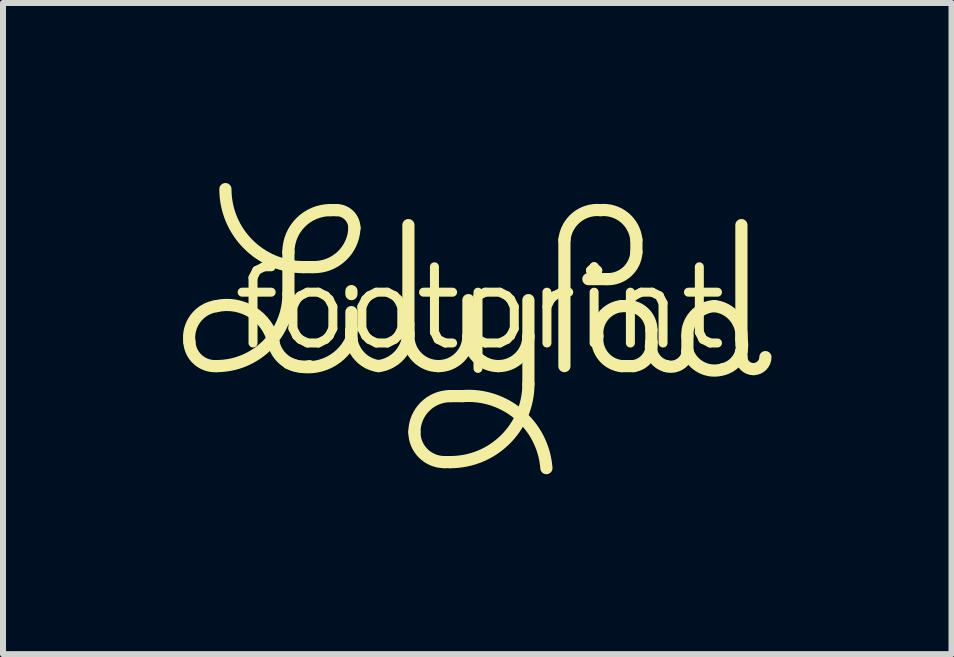
<source format=kicad_pcb>
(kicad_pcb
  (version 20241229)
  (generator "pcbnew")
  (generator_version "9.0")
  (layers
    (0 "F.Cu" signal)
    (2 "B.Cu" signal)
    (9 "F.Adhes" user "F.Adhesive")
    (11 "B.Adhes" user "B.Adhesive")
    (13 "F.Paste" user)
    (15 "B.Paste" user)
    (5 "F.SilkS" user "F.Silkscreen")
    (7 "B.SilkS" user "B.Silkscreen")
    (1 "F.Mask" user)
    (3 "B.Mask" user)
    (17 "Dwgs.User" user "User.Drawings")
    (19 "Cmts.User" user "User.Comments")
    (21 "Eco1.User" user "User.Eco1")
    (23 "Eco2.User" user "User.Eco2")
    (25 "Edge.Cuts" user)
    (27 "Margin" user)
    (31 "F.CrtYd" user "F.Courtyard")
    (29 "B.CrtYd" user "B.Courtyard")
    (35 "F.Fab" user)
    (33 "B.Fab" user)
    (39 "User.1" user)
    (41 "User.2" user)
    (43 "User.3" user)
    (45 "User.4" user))
  (footprint "footprint"
    (layer "F.Cu")
    (at 4.947 2.087)
    (property "Reference" "footprint" (at 0 0 0) (layer "F.SilkS") (effects (font (size 1.27 1.27) (thickness 0.15))))
    (fp_line (start -3.19 -0.235) (end -3.19 -0.935) (stroke (width 0.203) (type solid)) (layer "F.SilkS"))
    (fp_line (start -2.94 -0.685) (end -2.79 -0.685) (stroke (width 0.203) (type solid)) (layer "F.SilkS"))
    (fp_line (start -2.49 -1.635) (end -2.39 -1.635) (stroke (width 0.203) (type solid)) (layer "F.SilkS"))
    (fp_line (start -2.14 -0.235) (end -2.14 -0.285) (stroke (width 0.203) (type solid)) (layer "F.SilkS"))
    (fp_line (start -2.14 0.365) (end -2.14 0.065) (stroke (width 0.203) (type solid)) (layer "F.SilkS"))
    (fp_line (start -2.14 0.365) (end -2.14 0.515) (stroke (width 0.203) (type solid)) (layer "F.SilkS"))
    (fp_line (start -1.19 0.265) (end -1.19 -1.385) (stroke (width 0.203) (type solid)) (layer "F.SilkS"))
    (fp_line (start -1.19 0.465) (end -1.19 0.415) (stroke (width 0.203) (type solid)) (layer "F.SilkS"))
    (fp_line (start -0.59 2.565) (end -0.49 2.565) (stroke (width 0.203) (type solid)) (layer "F.SilkS"))
    (fp_line (start -0.49 1.465) (end -0.29 1.465) (stroke (width 0.203) (type solid)) (layer "F.SilkS"))
    (fp_line (start -0.19 0.465) (end -0.19 -0.135) (stroke (width 0.203) (type solid)) (layer "F.SilkS"))
    (fp_line (start 0.81 0.465) (end 0.81 -0.135) (stroke (width 0.203) (type solid)) (layer "F.SilkS"))
    (fp_line (start 0.81 1.265) (end 0.81 0.465) (stroke (width 0.203) (type solid)) (layer "F.SilkS"))
    (fp_line (start 1.41 0.965) (end 1.41 -1.135) (stroke (width 0.203) (type solid)) (layer "F.SilkS"))
    (fp_line (start 2.11 -0.485) (end 1.81 -0.485) (stroke (width 0.203) (type solid)) (layer "F.SilkS"))
    (fp_line (start 2.36 -0.035) (end 2.46 -0.035) (stroke (width 0.203) (type solid)) (layer "F.SilkS"))
    (fp_line (start 2.56 0.965) (end 2.36 0.965) (stroke (width 0.203) (type solid)) (layer "F.SilkS"))
    (fp_line (start 2.61 -1.135) (end 2.61 -0.935) (stroke (width 0.203) (type solid)) (layer "F.SilkS"))
    (fp_line (start 2.86 0.365) (end 2.86 0.565) (stroke (width 0.203) (type solid)) (layer "F.SilkS"))
    (fp_line (start 3.46 0.715) (end 3.46 0.465) (stroke (width 0.203) (type solid)) (layer "F.SilkS"))
    (fp_line (start 3.46 0.765) (end 3.46 0.715) (stroke (width 0.203) (type solid)) (layer "F.SilkS"))
    (fp_line (start 4.36 0.615) (end 4.36 -1.385) (stroke (width 0.203) (type solid)) (layer "F.SilkS"))
    (fp_line (start 4.36 0.715) (end 4.36 0.815) (stroke (width 0.203) (type solid)) (layer "F.SilkS"))
    (fp_arc (start -4.84 0.565) (mid -4.739264 0.171802) (end -4.39 -0.035) (stroke (width 0.2032) (type solid)) (layer "F.SilkS"))
    (fp_arc (start -4.39 -0.035) (mid -3.790736 0.068249) (end -3.44 0.565) (stroke (width 0.2032) (type solid)) (layer "F.SilkS"))
    (fp_arc (start -4.39 0.965) (mid -4.697843 0.858198) (end -4.84 0.565) (stroke (width 0.2032) (type solid)) (layer "F.SilkS"))
    (fp_arc (start -3.19 -0.935) (mid -2.984975 -1.429975) (end -2.49 -1.635) (stroke (width 0.2032) (type solid)) (layer "F.SilkS"))
    (fp_arc (start -3.19 -0.235) (mid -3.541472 0.613528) (end -4.39 0.965) (stroke (width 0.2032) (type solid)) (layer "F.SilkS"))
    (fp_arc (start -2.94 -0.685) (mid -3.859239 -1.065761) (end -4.24 -1.985) (stroke (width 0.2032) (type solid)) (layer "F.SilkS"))
    (fp_arc (start -2.839999 0.964999) (mid -3.222842 0.889264) (end -3.44 0.565) (stroke (width 0.2032) (type solid)) (layer "F.SilkS"))
    (fp_arc (start -2.39 -1.635) (mid -2.177868 -1.547132) (end -2.09 -1.335) (stroke (width 0.2032) (type solid)) (layer "F.SilkS"))
    (fp_arc (start -2.14 0.515) (mid -2.582158 0.932462) (end -3.190001 0.914999) (stroke (width 0.2032) (type solid)) (layer "F.SilkS"))
    (fp_arc (start -2.09 -1.335) (mid -2.305381 -0.865025) (end -2.79 -0.685) (stroke (width 0.2032) (type solid)) (layer "F.SilkS"))
    (fp_arc (start -1.69 0.965) (mid -2.039264 0.758198) (end -2.14 0.365) (stroke (width 0.2032) (type solid)) (layer "F.SilkS"))
    (fp_arc (start -1.19 0.265) (mid -1.187119 0.34) (end -1.19 0.415) (stroke (width 0.2032) (type solid)) (layer "F.SilkS"))
    (fp_arc (start -1.19 0.415) (mid -1.338239 0.78251) (end -1.690001 0.965) (stroke (width 0.2032) (type solid)) (layer "F.SilkS"))
    (fp_arc (start -1.09 2.065) (mid -0.914264 1.640735) (end -0.489999 1.464999) (stroke (width 0.2032) (type solid)) (layer "F.SilkS"))
    (fp_arc (start -0.69 0.965) (mid -1.043553 0.818553) (end -1.19 0.465) (stroke (width 0.2032) (type solid)) (layer "F.SilkS"))
    (fp_arc (start -0.59 2.565) (mid -0.943553 2.418553) (end -1.09 2.065) (stroke (width 0.2032) (type solid)) (layer "F.SilkS"))
    (fp_arc (start -0.29 1.465) (mid 0.658528 1.775051) (end 1.11 2.665) (stroke (width 0.2032) (type solid)) (layer "F.SilkS"))
    (fp_arc (start -0.19 0.465) (mid -0.336447 0.818553) (end -0.69 0.965) (stroke (width 0.2032) (type solid)) (layer "F.SilkS"))
    (fp_arc (start 0.31 0.965) (mid -0.043553 0.818553) (end -0.19 0.465) (stroke (width 0.2032) (type solid)) (layer "F.SilkS"))
    (fp_arc (start 0.81 0.465) (mid 0.663553 0.818553) (end 0.31 0.965) (stroke (width 0.2032) (type solid)) (layer "F.SilkS"))
    (fp_arc (start 0.81 1.265) (mid 0.429239 2.184239) (end -0.49 2.565) (stroke (width 0.2032) (type solid)) (layer "F.SilkS"))
    (fp_arc (start 1.41 -1.135) (mid 1.606447 -1.509264) (end 2.01 -1.635) (stroke (width 0.2032) (type solid)) (layer "F.SilkS"))
    (fp_arc (start 1.96 0.465) (mid 2.056447 0.132157) (end 2.36 -0.035) (stroke (width 0.2032) (type solid)) (layer "F.SilkS"))
    (fp_arc (start 2.01 -1.635) (mid 2.413529 -1.509234) (end 2.609999 -1.134999) (stroke (width 0.2032) (type solid)) (layer "F.SilkS"))
    (fp_arc (start 2.36 0.965) (mid 2.056446 0.797842) (end 1.959999 0.464999) (stroke (width 0.2032) (type solid)) (layer "F.SilkS"))
    (fp_arc (start 2.46 -0.035) (mid 2.742843 0.082157) (end 2.86 0.365) (stroke (width 0.2032) (type solid)) (layer "F.SilkS"))
    (fp_arc (start 2.61 -0.935) (mid 2.453171 -0.606475) (end 2.109999 -0.484999) (stroke (width 0.2032) (type solid)) (layer "F.SilkS"))
    (fp_arc (start 2.86 0.565) (mid 2.792843 0.827132) (end 2.56 0.965) (stroke (width 0.2032) (type solid)) (layer "F.SilkS"))
    (fp_arc (start 3.11 0.965) (mid 2.902157 0.816777) (end 2.86 0.565) (stroke (width 0.2032) (type solid)) (layer "F.SilkS"))
    (fp_arc (start 3.46 0.465) (mid 3.581447 0.121802) (end 3.91 -0.035) (stroke (width 0.2032) (type solid)) (layer "F.SilkS"))
    (fp_arc (start 3.46 0.765) (mid 3.326421 0.937487) (end 3.11 0.965) (stroke (width 0.2032) (type solid)) (layer "F.SilkS"))
    (fp_arc (start 3.91 -0.035) (mid 4.248909 0.146802) (end 4.36 0.515) (stroke (width 0.2032) (type solid)) (layer "F.SilkS"))
    (fp_arc (start 4.06 1.015) (mid 3.697868 0.989264) (end 3.46 0.715) (stroke (width 0.2032) (type solid)) (layer "F.SilkS"))
    (fp_arc (start 4.36 0.515) (mid 4.372311 0.615) (end 4.36 0.715) (stroke (width 0.2032) (type solid)) (layer "F.SilkS"))
    (fp_arc (start 4.36 0.715) (mid 4.251547 0.906548) (end 4.059999 1.015) (stroke (width 0.2032) (type solid)) (layer "F.SilkS"))
    (fp_arc (start 4.56 1.015) (mid 4.418579 0.956421) (end 4.36 0.815) (stroke (width 0.2032) (type solid)) (layer "F.SilkS"))
    (fp_arc (start 4.76 0.815) (mid 4.701421 0.956421) (end 4.56 1.015) (stroke (width 0.2032) (type solid)) (layer "F.SilkS")))
  (gr_rect
    (start -3 -3)
    (end 12.809 7.853)
    (stroke (width 0.1) (type default))
    (fill no)
    (layer "Edge.Cuts")))
</source>
